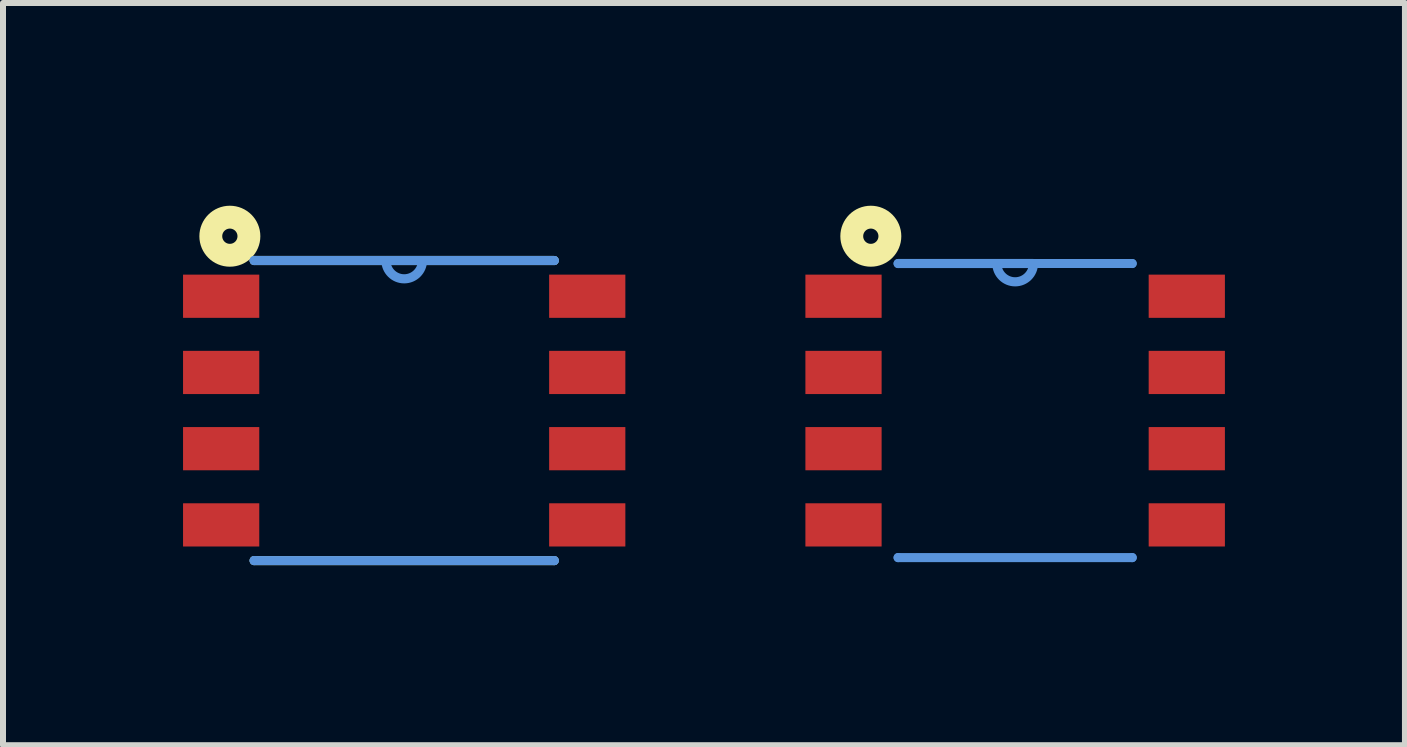
<source format=kicad_pcb>
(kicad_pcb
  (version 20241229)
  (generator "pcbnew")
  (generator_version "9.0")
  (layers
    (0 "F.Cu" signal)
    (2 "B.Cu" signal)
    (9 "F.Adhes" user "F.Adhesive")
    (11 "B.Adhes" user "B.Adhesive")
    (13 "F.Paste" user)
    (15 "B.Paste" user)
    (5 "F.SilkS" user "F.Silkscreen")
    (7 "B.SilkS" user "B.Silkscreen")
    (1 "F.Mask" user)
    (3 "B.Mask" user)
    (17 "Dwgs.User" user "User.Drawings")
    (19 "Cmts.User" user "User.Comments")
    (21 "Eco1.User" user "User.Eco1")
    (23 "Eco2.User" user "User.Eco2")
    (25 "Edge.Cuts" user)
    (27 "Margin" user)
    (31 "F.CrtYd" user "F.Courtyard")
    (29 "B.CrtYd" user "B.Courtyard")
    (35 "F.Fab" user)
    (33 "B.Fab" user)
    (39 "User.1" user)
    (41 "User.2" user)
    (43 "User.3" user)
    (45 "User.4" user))
  (footprint "DMP8_JRC"
    (layer "F.Cu")
    (at 3.685 3.791)
    (property "Reference" "DMP8_JRC" (at 0 -3.048 0) (layer "Eco1.User") (effects (font (size 0.813 0.813) (thickness 0.152))))
    (attr smd)
    (fp_line (start -2.5 2.5) (end 2.5 2.5) (stroke (width 0.152) (type solid)) (layer "F.SilkS"))
    (fp_line (start -0.305 -2.5) (end -2.5 -2.5) (stroke (width 0.152) (type solid)) (layer "F.SilkS"))
    (fp_line (start 0.305 -2.5) (end -0.305 -2.5) (stroke (width 0.152) (type solid)) (layer "F.SilkS"))
    (fp_line (start 2.5 -2.5) (end 0.305 -2.5) (stroke (width 0.152) (type solid)) (layer "F.SilkS"))
    (fp_circle (center -2.905 -2.905) (end -2.778 -2.905) (stroke (width 0.381) (type solid)) (fill no) (layer "F.SilkS"))
    (fp_line (start -2.5 -2.5) (end -2.5 -2.5) (stroke (width 0.152) (type solid)) (layer "Cmts.User"))
    (fp_line (start -2.5 2.5) (end -2.5 2.5) (stroke (width 0.152) (type solid)) (layer "Cmts.User"))
    (fp_line (start -2.5 2.5) (end 2.5 2.5) (stroke (width 0.152) (type solid)) (layer "Cmts.User"))
    (fp_line (start -0.305 -2.5) (end -2.5 -2.5) (stroke (width 0.152) (type solid)) (layer "Cmts.User"))
    (fp_line (start 0.305 -2.5) (end -0.305 -2.5) (stroke (width 0.152) (type solid)) (layer "Cmts.User"))
    (fp_line (start 2.5 -2.5) (end 0.305 -2.5) (stroke (width 0.152) (type solid)) (layer "Cmts.User"))
    (fp_line (start 2.5 -2.5) (end 2.5 -2.5) (stroke (width 0.152) (type solid)) (layer "Cmts.User"))
    (fp_line (start 2.5 2.5) (end 2.5 2.5) (stroke (width 0.152) (type solid)) (layer "Cmts.User"))
    (fp_arc (start 0.3048 -2.5) (mid 0 -2.1952) (end -0.3048 -2.5) (stroke (width 0.1524) (type solid)) (layer "Cmts.User"))
    (fp_line (start -3.4 -2.159) (end -3.4 -1.651) (stroke (width 0.152) (type solid)) (layer "Eco1.User"))
    (fp_line (start -3.4 -1.651) (end -2.5 -1.651) (stroke (width 0.152) (type solid)) (layer "Eco1.User"))
    (fp_line (start -3.4 -0.889) (end -3.4 -0.381) (stroke (width 0.152) (type solid)) (layer "Eco1.User"))
    (fp_line (start -3.4 -0.381) (end -2.5 -0.381) (stroke (width 0.152) (type solid)) (layer "Eco1.User"))
    (fp_line (start -3.4 0.381) (end -3.4 0.889) (stroke (width 0.152) (type solid)) (layer "Eco1.User"))
    (fp_line (start -3.4 0.889) (end -2.5 0.889) (stroke (width 0.152) (type solid)) (layer "Eco1.User"))
    (fp_line (start -3.4 1.651) (end -3.4 2.159) (stroke (width 0.152) (type solid)) (layer "Eco1.User"))
    (fp_line (start -3.4 2.159) (end -2.5 2.159) (stroke (width 0.152) (type solid)) (layer "Eco1.User"))
    (fp_line (start -2.5 -2.5) (end -2.5 2.5) (stroke (width 0.152) (type solid)) (layer "Eco1.User"))
    (fp_line (start -2.5 -2.159) (end -3.4 -2.159) (stroke (width 0.152) (type solid)) (layer "Eco1.User"))
    (fp_line (start -2.5 -1.651) (end -2.5 -2.159) (stroke (width 0.152) (type solid)) (layer "Eco1.User"))
    (fp_line (start -2.5 -0.889) (end -3.4 -0.889) (stroke (width 0.152) (type solid)) (layer "Eco1.User"))
    (fp_line (start -2.5 -0.381) (end -2.5 -0.889) (stroke (width 0.152) (type solid)) (layer "Eco1.User"))
    (fp_line (start -2.5 0.381) (end -3.4 0.381) (stroke (width 0.152) (type solid)) (layer "Eco1.User"))
    (fp_line (start -2.5 0.889) (end -2.5 0.381) (stroke (width 0.152) (type solid)) (layer "Eco1.User"))
    (fp_line (start -2.5 1.651) (end -3.4 1.651) (stroke (width 0.152) (type solid)) (layer "Eco1.User"))
    (fp_line (start -2.5 2.159) (end -2.5 1.651) (stroke (width 0.152) (type solid)) (layer "Eco1.User"))
    (fp_line (start 2.5 -2.159) (end 2.5 -1.651) (stroke (width 0.152) (type solid)) (layer "Eco1.User"))
    (fp_line (start 2.5 -1.651) (end 3.4 -1.651) (stroke (width 0.152) (type solid)) (layer "Eco1.User"))
    (fp_line (start 2.5 -0.889) (end 2.5 -0.381) (stroke (width 0.152) (type solid)) (layer "Eco1.User"))
    (fp_line (start 2.5 -0.381) (end 3.4 -0.381) (stroke (width 0.152) (type solid)) (layer "Eco1.User"))
    (fp_line (start 2.5 0.381) (end 2.5 0.889) (stroke (width 0.152) (type solid)) (layer "Eco1.User"))
    (fp_line (start 2.5 0.889) (end 3.4 0.889) (stroke (width 0.152) (type solid)) (layer "Eco1.User"))
    (fp_line (start 2.5 1.651) (end 2.5 2.159) (stroke (width 0.152) (type solid)) (layer "Eco1.User"))
    (fp_line (start 2.5 2.159) (end 3.4 2.159) (stroke (width 0.152) (type solid)) (layer "Eco1.User"))
    (fp_line (start 2.5 2.5) (end 2.5 -2.5) (stroke (width 0.152) (type solid)) (layer "Eco1.User"))
    (fp_line (start 3.4 -2.159) (end 2.5 -2.159) (stroke (width 0.152) (type solid)) (layer "Eco1.User"))
    (fp_line (start 3.4 -1.651) (end 3.4 -2.159) (stroke (width 0.152) (type solid)) (layer "Eco1.User"))
    (fp_line (start 3.4 -0.889) (end 2.5 -0.889) (stroke (width 0.152) (type solid)) (layer "Eco1.User"))
    (fp_line (start 3.4 -0.381) (end 3.4 -0.889) (stroke (width 0.152) (type solid)) (layer "Eco1.User"))
    (fp_line (start 3.4 0.381) (end 2.5 0.381) (stroke (width 0.152) (type solid)) (layer "Eco1.User"))
    (fp_line (start 3.4 0.889) (end 3.4 0.381) (stroke (width 0.152) (type solid)) (layer "Eco1.User"))
    (fp_line (start 3.4 1.651) (end 2.5 1.651) (stroke (width 0.152) (type solid)) (layer "Eco1.User"))
    (fp_line (start 3.4 2.159) (end 3.4 1.651) (stroke (width 0.152) (type solid)) (layer "Eco1.User"))
    (fp_arc (start 0.3048 -2.5) (mid 0 -2.1952) (end -0.3048 -2.5) (stroke (width 0.1524) (type solid)) (layer "Eco1.User"))
    (pad "1" smd rect (at -3.05 -1.905) (size 1.27 0.72) (layers "F.Cu" "F.Mask" "F.Paste"))
    (pad "2" smd rect (at -3.05 -0.635) (size 1.27 0.72) (layers "F.Cu" "F.Mask" "F.Paste"))
    (pad "3" smd rect (at -3.05 0.635) (size 1.27 0.72) (layers "F.Cu" "F.Mask" "F.Paste"))
    (pad "4" smd rect (at -3.05 1.905) (size 1.27 0.72) (layers "F.Cu" "F.Mask" "F.Paste"))
    (pad "5" smd rect (at 3.05 1.905) (size 1.27 0.72) (layers "F.Cu" "F.Mask" "F.Paste"))
    (pad "6" smd rect (at 3.05 0.635) (size 1.27 0.72) (layers "F.Cu" "F.Mask" "F.Paste"))
    (pad "7" smd rect (at 3.05 -0.635) (size 1.27 0.72) (layers "F.Cu" "F.Mask" "F.Paste"))
    (pad "8" smd rect (at 3.05 -1.905) (size 1.27 0.72) (layers "F.Cu" "F.Mask" "F.Paste")))
  (footprint "SOP8_JRC"
    (layer "F.Cu")
    (at 13.865 3.791)
    (property "Reference" "SOP8_JRC" (at 0 -3.048 0) (layer "Eco1.User") (effects (font (size 0.813 0.813) (thickness 0.152))))
    (attr smd)
    (fp_circle (center -2.405 -2.905) (end -2.278 -2.905) (stroke (width 0.381) (type solid)) (fill no) (layer "F.SilkS"))
    (fp_line (start -1.95 -2.45) (end -1.95 -2.45) (stroke (width 0.152) (type solid)) (layer "Cmts.User"))
    (fp_line (start -1.95 2.45) (end -1.95 2.45) (stroke (width 0.152) (type solid)) (layer "Cmts.User"))
    (fp_line (start -1.95 2.45) (end 1.95 2.45) (stroke (width 0.152) (type solid)) (layer "Cmts.User"))
    (fp_line (start -0.305 -2.45) (end -1.95 -2.45) (stroke (width 0.152) (type solid)) (layer "Cmts.User"))
    (fp_line (start 0.305 -2.45) (end -0.305 -2.45) (stroke (width 0.152) (type solid)) (layer "Cmts.User"))
    (fp_line (start 1.95 -2.45) (end 0.305 -2.45) (stroke (width 0.15) (type solid)) (layer "Cmts.User"))
    (fp_line (start 1.95 -2.45) (end 1.95 -2.45) (stroke (width 0.152) (type solid)) (layer "Cmts.User"))
    (fp_line (start 1.95 2.45) (end 1.95 2.45) (stroke (width 0.152) (type solid)) (layer "Cmts.User"))
    (fp_arc (start 0.3048 -2.45) (mid 0 -2.1452) (end -0.3048 -2.45) (stroke (width 0.1524) (type solid)) (layer "Cmts.User"))
    (fp_line (start -3 -2.159) (end -3 -1.651) (stroke (width 0.152) (type solid)) (layer "Eco1.User"))
    (fp_line (start -3 -1.651) (end -1.95 -1.651) (stroke (width 0.152) (type solid)) (layer "Eco1.User"))
    (fp_line (start -3 -0.889) (end -3 -0.381) (stroke (width 0.152) (type solid)) (layer "Eco1.User"))
    (fp_line (start -3 -0.381) (end -1.95 -0.381) (stroke (width 0.152) (type solid)) (layer "Eco1.User"))
    (fp_line (start -3 0.381) (end -3 0.889) (stroke (width 0.152) (type solid)) (layer "Eco1.User"))
    (fp_line (start -3 0.889) (end -1.95 0.889) (stroke (width 0.152) (type solid)) (layer "Eco1.User"))
    (fp_line (start -3 1.651) (end -3 2.159) (stroke (width 0.152) (type solid)) (layer "Eco1.User"))
    (fp_line (start -3 2.159) (end -1.95 2.159) (stroke (width 0.152) (type solid)) (layer "Eco1.User"))
    (fp_line (start -1.95 -2.45) (end -1.95 2.45) (stroke (width 0.152) (type solid)) (layer "Eco1.User"))
    (fp_line (start -1.95 -2.159) (end -3 -2.159) (stroke (width 0.152) (type solid)) (layer "Eco1.User"))
    (fp_line (start -1.95 -1.651) (end -1.95 -2.159) (stroke (width 0.152) (type solid)) (layer "Eco1.User"))
    (fp_line (start -1.95 -0.889) (end -3 -0.889) (stroke (width 0.152) (type solid)) (layer "Eco1.User"))
    (fp_line (start -1.95 -0.381) (end -1.95 -0.889) (stroke (width 0.152) (type solid)) (layer "Eco1.User"))
    (fp_line (start -1.95 0.381) (end -3 0.381) (stroke (width 0.152) (type solid)) (layer "Eco1.User"))
    (fp_line (start -1.95 0.889) (end -1.95 0.381) (stroke (width 0.152) (type solid)) (layer "Eco1.User"))
    (fp_line (start -1.95 1.651) (end -3 1.651) (stroke (width 0.152) (type solid)) (layer "Eco1.User"))
    (fp_line (start -1.95 2.159) (end -1.95 1.651) (stroke (width 0.152) (type solid)) (layer "Eco1.User"))
    (fp_line (start -1.95 2.45) (end 1.95 2.45) (stroke (width 0.152) (type solid)) (layer "Eco1.User"))
    (fp_line (start -0.305 -2.45) (end -1.95 -2.45) (stroke (width 0.152) (type solid)) (layer "Eco1.User"))
    (fp_line (start 0.305 -2.45) (end -0.305 -2.45) (stroke (width 0.152) (type solid)) (layer "Eco1.User"))
    (fp_line (start 1.95 -2.45) (end 0.305 -2.45) (stroke (width 0.152) (type solid)) (layer "Eco1.User"))
    (fp_line (start 1.95 -2.159) (end 1.95 -1.651) (stroke (width 0.152) (type solid)) (layer "Eco1.User"))
    (fp_line (start 1.95 -1.651) (end 3 -1.651) (stroke (width 0.152) (type solid)) (layer "Eco1.User"))
    (fp_line (start 1.95 -0.889) (end 1.95 -0.381) (stroke (width 0.152) (type solid)) (layer "Eco1.User"))
    (fp_line (start 1.95 -0.381) (end 3 -0.381) (stroke (width 0.152) (type solid)) (layer "Eco1.User"))
    (fp_line (start 1.95 0.381) (end 1.95 0.889) (stroke (width 0.152) (type solid)) (layer "Eco1.User"))
    (fp_line (start 1.95 0.889) (end 3 0.889) (stroke (width 0.152) (type solid)) (layer "Eco1.User"))
    (fp_line (start 1.95 1.651) (end 1.95 2.159) (stroke (width 0.152) (type solid)) (layer "Eco1.User"))
    (fp_line (start 1.95 2.159) (end 3 2.159) (stroke (width 0.152) (type solid)) (layer "Eco1.User"))
    (fp_line (start 1.95 2.45) (end 1.95 -2.45) (stroke (width 0.152) (type solid)) (layer "Eco1.User"))
    (fp_line (start 3 -2.159) (end 1.95 -2.159) (stroke (width 0.152) (type solid)) (layer "Eco1.User"))
    (fp_line (start 3 -1.651) (end 3 -2.159) (stroke (width 0.152) (type solid)) (layer "Eco1.User"))
    (fp_line (start 3 -0.889) (end 1.95 -0.889) (stroke (width 0.152) (type solid)) (layer "Eco1.User"))
    (fp_line (start 3 -0.381) (end 3 -0.889) (stroke (width 0.152) (type solid)) (layer "Eco1.User"))
    (fp_line (start 3 0.381) (end 1.95 0.381) (stroke (width 0.152) (type solid)) (layer "Eco1.User"))
    (fp_line (start 3 0.889) (end 3 0.381) (stroke (width 0.152) (type solid)) (layer "Eco1.User"))
    (fp_line (start 3 1.651) (end 1.95 1.651) (stroke (width 0.152) (type solid)) (layer "Eco1.User"))
    (fp_line (start 3 2.159) (end 3 1.651) (stroke (width 0.152) (type solid)) (layer "Eco1.User"))
    (fp_arc (start 0.3048 -2.45) (mid 0 -2.1452) (end -0.3048 -2.45) (stroke (width 0.1524) (type solid)) (layer "Eco1.User"))
    (pad "1" smd rect (at -2.86 -1.905) (size 1.27 0.72) (layers "F.Cu" "F.Mask" "F.Paste"))
    (pad "2" smd rect (at -2.86 -0.635) (size 1.27 0.72) (layers "F.Cu" "F.Mask" "F.Paste"))
    (pad "3" smd rect (at -2.86 0.635) (size 1.27 0.72) (layers "F.Cu" "F.Mask" "F.Paste"))
    (pad "4" smd rect (at -2.86 1.905) (size 1.27 0.72) (layers "F.Cu" "F.Mask" "F.Paste"))
    (pad "5" smd rect (at 2.86 1.905) (size 1.27 0.72) (layers "F.Cu" "F.Mask" "F.Paste"))
    (pad "6" smd rect (at 2.86 0.635) (size 1.27 0.72) (layers "F.Cu" "F.Mask" "F.Paste"))
    (pad "7" smd rect (at 2.86 -0.635) (size 1.27 0.72) (layers "F.Cu" "F.Mask" "F.Paste"))
    (pad "8" smd rect (at 2.86 -1.905) (size 1.27 0.72) (layers "F.Cu" "F.Mask" "F.Paste")))
  (gr_rect
    (start -3 -3)
    (end 20.36 9.367)
    (stroke (width 0.1) (type default))
    (fill no)
    (layer "Edge.Cuts")))
</source>
